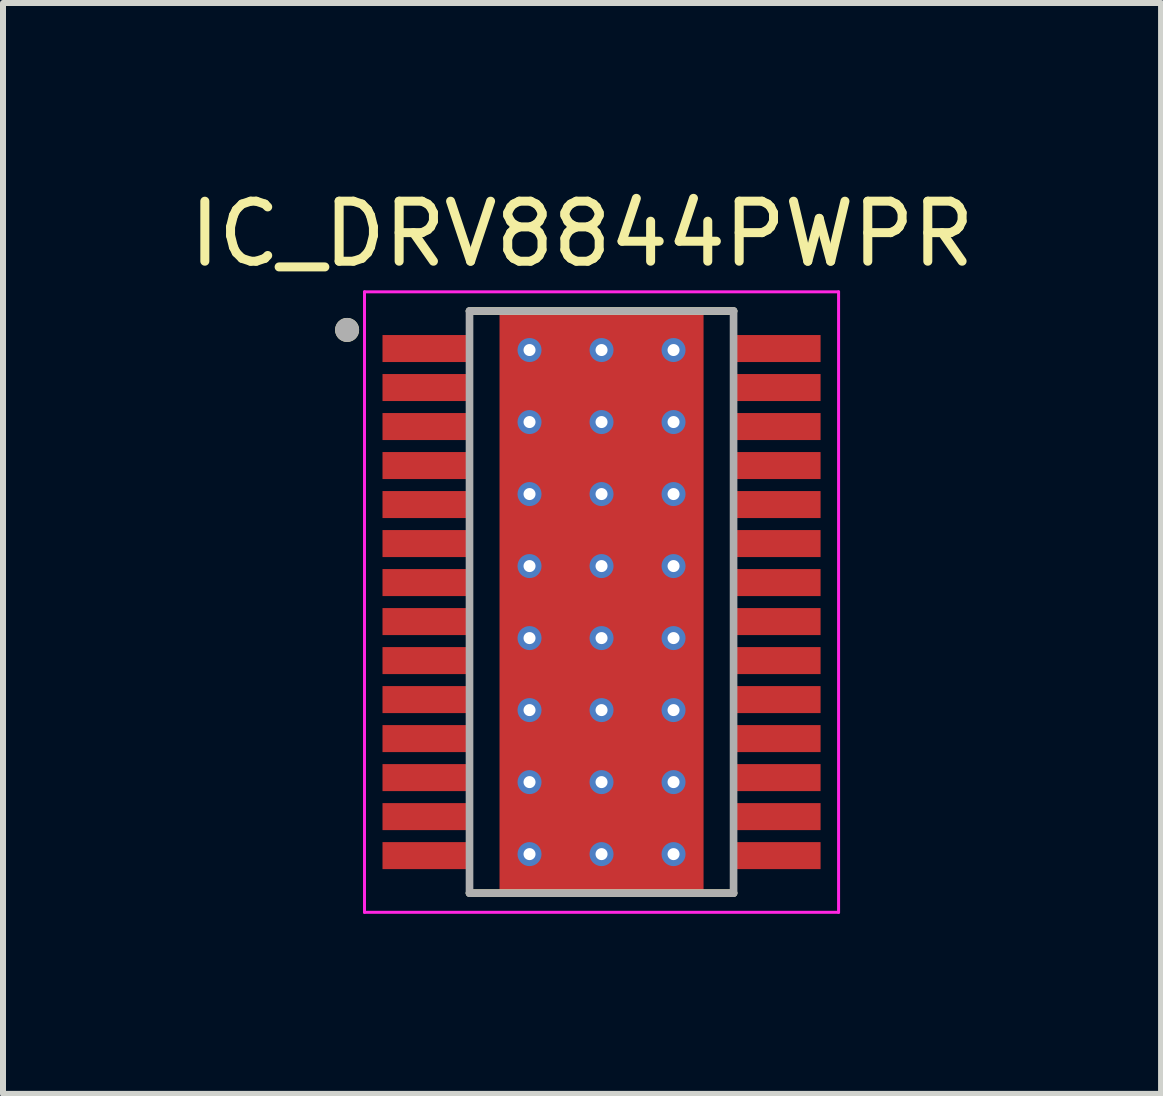
<source format=kicad_pcb>
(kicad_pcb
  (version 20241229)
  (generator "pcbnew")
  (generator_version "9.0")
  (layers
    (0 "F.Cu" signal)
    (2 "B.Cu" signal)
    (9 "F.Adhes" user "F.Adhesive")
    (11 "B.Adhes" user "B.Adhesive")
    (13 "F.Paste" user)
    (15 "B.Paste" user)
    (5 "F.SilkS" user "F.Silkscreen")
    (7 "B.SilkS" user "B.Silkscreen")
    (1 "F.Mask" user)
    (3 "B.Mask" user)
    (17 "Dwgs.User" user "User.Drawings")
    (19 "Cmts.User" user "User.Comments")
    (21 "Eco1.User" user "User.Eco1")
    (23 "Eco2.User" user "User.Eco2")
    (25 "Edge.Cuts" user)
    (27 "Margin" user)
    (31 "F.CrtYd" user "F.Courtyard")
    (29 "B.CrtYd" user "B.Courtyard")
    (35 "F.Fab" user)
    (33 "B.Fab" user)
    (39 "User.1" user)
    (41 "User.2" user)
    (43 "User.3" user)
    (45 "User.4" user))
  (footprint "IC_DRV8844PWPR"
    (layer "F.Cu")
    (at 6.974 6.983)
    (property "Reference" "IC_DRV8844PWPR" (at -0.325 -6.135 0) (layer "F.SilkS") (effects (font (size 1 1) (thickness 0.15))))
    (attr through_hole)
    (fp_poly (pts (xy -3.7 -4.5) (xy -2.1 -4.5) (xy -2.1 -3.95) (xy -3.7 -3.95)) (stroke (width 0.01) (type solid)) (fill yes) (layer "F.Mask"))
    (fp_poly (pts (xy -3.7 -3.85) (xy -2.1 -3.85) (xy -2.1 -3.3) (xy -3.7 -3.3)) (stroke (width 0.01) (type solid)) (fill yes) (layer "F.Mask"))
    (fp_poly (pts (xy -3.7 -3.2) (xy -2.1 -3.2) (xy -2.1 -2.65) (xy -3.7 -2.65)) (stroke (width 0.01) (type solid)) (fill yes) (layer "F.Mask"))
    (fp_poly (pts (xy -3.7 -2.55) (xy -2.1 -2.55) (xy -2.1 -2) (xy -3.7 -2)) (stroke (width 0.01) (type solid)) (fill yes) (layer "F.Mask"))
    (fp_poly (pts (xy -3.7 -1.9) (xy -2.1 -1.9) (xy -2.1 -1.35) (xy -3.7 -1.35)) (stroke (width 0.01) (type solid)) (fill yes) (layer "F.Mask"))
    (fp_poly (pts (xy -3.7 -1.25) (xy -2.1 -1.25) (xy -2.1 -0.7) (xy -3.7 -0.7)) (stroke (width 0.01) (type solid)) (fill yes) (layer "F.Mask"))
    (fp_poly (pts (xy -3.7 -0.6) (xy -2.1 -0.6) (xy -2.1 -0.05) (xy -3.7 -0.05)) (stroke (width 0.01) (type solid)) (fill yes) (layer "F.Mask"))
    (fp_poly (pts (xy -3.7 0.05) (xy -2.1 0.05) (xy -2.1 0.6) (xy -3.7 0.6)) (stroke (width 0.01) (type solid)) (fill yes) (layer "F.Mask"))
    (fp_poly (pts (xy -3.7 0.7) (xy -2.1 0.7) (xy -2.1 1.25) (xy -3.7 1.25)) (stroke (width 0.01) (type solid)) (fill yes) (layer "F.Mask"))
    (fp_poly (pts (xy -3.7 1.35) (xy -2.1 1.35) (xy -2.1 1.9) (xy -3.7 1.9)) (stroke (width 0.01) (type solid)) (fill yes) (layer "F.Mask"))
    (fp_poly (pts (xy -3.7 2) (xy -2.1 2) (xy -2.1 2.55) (xy -3.7 2.55)) (stroke (width 0.01) (type solid)) (fill yes) (layer "F.Mask"))
    (fp_poly (pts (xy -3.7 2.65) (xy -2.1 2.65) (xy -2.1 3.2) (xy -3.7 3.2)) (stroke (width 0.01) (type solid)) (fill yes) (layer "F.Mask"))
    (fp_poly (pts (xy -3.7 3.3) (xy -2.1 3.3) (xy -2.1 3.85) (xy -3.7 3.85)) (stroke (width 0.01) (type solid)) (fill yes) (layer "F.Mask"))
    (fp_poly (pts (xy -3.7 3.95) (xy -2.1 3.95) (xy -2.1 4.5) (xy -3.7 4.5)) (stroke (width 0.01) (type solid)) (fill yes) (layer "F.Mask"))
    (fp_poly (pts (xy -1.55 -2.59) (xy 1.55 -2.59) (xy 1.55 2.59) (xy -1.55 2.59)) (stroke (width 0.01) (type solid)) (fill yes) (layer "F.Mask"))
    (fp_poly (pts (xy 2.1 -4.5) (xy 3.7 -4.5) (xy 3.7 -3.95) (xy 2.1 -3.95)) (stroke (width 0.01) (type solid)) (fill yes) (layer "F.Mask"))
    (fp_poly (pts (xy 2.1 -3.85) (xy 3.7 -3.85) (xy 3.7 -3.3) (xy 2.1 -3.3)) (stroke (width 0.01) (type solid)) (fill yes) (layer "F.Mask"))
    (fp_poly (pts (xy 2.1 -3.2) (xy 3.7 -3.2) (xy 3.7 -2.65) (xy 2.1 -2.65)) (stroke (width 0.01) (type solid)) (fill yes) (layer "F.Mask"))
    (fp_poly (pts (xy 2.1 -2.55) (xy 3.7 -2.55) (xy 3.7 -2) (xy 2.1 -2)) (stroke (width 0.01) (type solid)) (fill yes) (layer "F.Mask"))
    (fp_poly (pts (xy 2.1 -1.9) (xy 3.7 -1.9) (xy 3.7 -1.35) (xy 2.1 -1.35)) (stroke (width 0.01) (type solid)) (fill yes) (layer "F.Mask"))
    (fp_poly (pts (xy 2.1 -1.25) (xy 3.7 -1.25) (xy 3.7 -0.7) (xy 2.1 -0.7)) (stroke (width 0.01) (type solid)) (fill yes) (layer "F.Mask"))
    (fp_poly (pts (xy 2.1 -0.6) (xy 3.7 -0.6) (xy 3.7 -0.05) (xy 2.1 -0.05)) (stroke (width 0.01) (type solid)) (fill yes) (layer "F.Mask"))
    (fp_poly (pts (xy 2.1 0.05) (xy 3.7 0.05) (xy 3.7 0.6) (xy 2.1 0.6)) (stroke (width 0.01) (type solid)) (fill yes) (layer "F.Mask"))
    (fp_poly (pts (xy 2.1 0.7) (xy 3.7 0.7) (xy 3.7 1.25) (xy 2.1 1.25)) (stroke (width 0.01) (type solid)) (fill yes) (layer "F.Mask"))
    (fp_poly (pts (xy 2.1 1.35) (xy 3.7 1.35) (xy 3.7 1.9) (xy 2.1 1.9)) (stroke (width 0.01) (type solid)) (fill yes) (layer "F.Mask"))
    (fp_poly (pts (xy 2.1 2) (xy 3.7 2) (xy 3.7 2.55) (xy 2.1 2.55)) (stroke (width 0.01) (type solid)) (fill yes) (layer "F.Mask"))
    (fp_poly (pts (xy 2.1 2.65) (xy 3.7 2.65) (xy 3.7 3.2) (xy 2.1 3.2)) (stroke (width 0.01) (type solid)) (fill yes) (layer "F.Mask"))
    (fp_poly (pts (xy 2.1 3.3) (xy 3.7 3.3) (xy 3.7 3.85) (xy 2.1 3.85)) (stroke (width 0.01) (type solid)) (fill yes) (layer "F.Mask"))
    (fp_poly (pts (xy 2.1 3.95) (xy 3.7 3.95) (xy 3.7 4.5) (xy 2.1 4.5)) (stroke (width 0.01) (type solid)) (fill yes) (layer "F.Mask"))
    (fp_line (start -2.2 -4.85) (end 2.2 -4.85) (stroke (width 0.127) (type solid)) (layer "F.SilkS"))
    (fp_line (start -2.2 4.85) (end 2.2 4.85) (stroke (width 0.127) (type solid)) (layer "F.SilkS"))
    (fp_circle (center -4.24 -4.535) (end -4.14 -4.535) (stroke (width 0.2) (type solid)) (fill no) (layer "F.SilkS"))
    (fp_poly (pts (xy -1.55 -2.59) (xy 1.55 -2.59) (xy 1.55 2.59) (xy -1.55 2.59)) (stroke (width 0.01) (type solid)) (fill yes) (layer "F.Paste"))
    (fp_line (start -3.95 -5.17) (end -3.95 5.17) (stroke (width 0.05) (type solid)) (layer "F.CrtYd"))
    (fp_line (start -3.95 -5.17) (end 3.95 -5.17) (stroke (width 0.05) (type solid)) (layer "F.CrtYd"))
    (fp_line (start -3.95 5.17) (end 3.95 5.17) (stroke (width 0.05) (type solid)) (layer "F.CrtYd"))
    (fp_line (start 3.95 -5.17) (end 3.95 5.17) (stroke (width 0.05) (type solid)) (layer "F.CrtYd"))
    (fp_line (start -2.2 -4.85) (end -2.2 4.85) (stroke (width 0.127) (type solid)) (layer "F.Fab"))
    (fp_line (start -2.2 -4.85) (end 2.2 -4.85) (stroke (width 0.127) (type solid)) (layer "F.Fab"))
    (fp_line (start -2.2 4.85) (end 2.2 4.85) (stroke (width 0.127) (type solid)) (layer "F.Fab"))
    (fp_line (start 2.2 -4.85) (end 2.2 4.85) (stroke (width 0.127) (type solid)) (layer "F.Fab"))
    (fp_circle (center -4.24 -4.535) (end -4.14 -4.535) (stroke (width 0.2) (type solid)) (fill no) (layer "F.Fab"))
    (pad "1" smd rect (at -2.9 -4.225) (size 1.5 0.45) (layers "F.Cu" "F.Paste"))
    (pad "2" smd rect (at -2.9 -3.575) (size 1.5 0.45) (layers "F.Cu" "F.Paste"))
    (pad "3" smd rect (at -2.9 -2.925) (size 1.5 0.45) (layers "F.Cu" "F.Paste"))
    (pad "4" smd rect (at -2.9 -2.275) (size 1.5 0.45) (layers "F.Cu" "F.Paste"))
    (pad "5" smd rect (at -2.9 -1.625) (size 1.5 0.45) (layers "F.Cu" "F.Paste"))
    (pad "6" smd rect (at -2.9 -0.975) (size 1.5 0.45) (layers "F.Cu" "F.Paste"))
    (pad "7" smd rect (at -2.9 -0.325) (size 1.5 0.45) (layers "F.Cu" "F.Paste"))
    (pad "8" smd rect (at -2.9 0.325) (size 1.5 0.45) (layers "F.Cu" "F.Paste"))
    (pad "9" smd rect (at -2.9 0.975) (size 1.5 0.45) (layers "F.Cu" "F.Paste"))
    (pad "10" smd rect (at -2.9 1.625) (size 1.5 0.45) (layers "F.Cu" "F.Paste"))
    (pad "11" smd rect (at -2.9 2.275) (size 1.5 0.45) (layers "F.Cu" "F.Paste"))
    (pad "12" smd rect (at -2.9 2.925) (size 1.5 0.45) (layers "F.Cu" "F.Paste"))
    (pad "13" smd rect (at -2.9 3.575) (size 1.5 0.45) (layers "F.Cu" "F.Paste"))
    (pad "14" smd rect (at -2.9 4.225) (size 1.5 0.45) (layers "F.Cu" "F.Paste"))
    (pad "15" smd rect (at 2.9 4.225) (size 1.5 0.45) (layers "F.Cu" "F.Paste"))
    (pad "16" smd rect (at 2.9 3.575) (size 1.5 0.45) (layers "F.Cu" "F.Paste"))
    (pad "17" smd rect (at 2.9 2.925) (size 1.5 0.45) (layers "F.Cu" "F.Paste"))
    (pad "18" smd rect (at 2.9 2.275) (size 1.5 0.45) (layers "F.Cu" "F.Paste"))
    (pad "19" smd rect (at 2.9 1.625) (size 1.5 0.45) (layers "F.Cu" "F.Paste"))
    (pad "20" smd rect (at 2.9 0.975) (size 1.5 0.45) (layers "F.Cu" "F.Paste"))
    (pad "21" smd rect (at 2.9 0.325) (size 1.5 0.45) (layers "F.Cu" "F.Paste"))
    (pad "22" smd rect (at 2.9 -0.325) (size 1.5 0.45) (layers "F.Cu" "F.Paste"))
    (pad "23" smd rect (at 2.9 -0.975) (size 1.5 0.45) (layers "F.Cu" "F.Paste"))
    (pad "24" smd rect (at 2.9 -1.625) (size 1.5 0.45) (layers "F.Cu" "F.Paste"))
    (pad "25" smd rect (at 2.9 -2.275) (size 1.5 0.45) (layers "F.Cu" "F.Paste"))
    (pad "26" smd rect (at 2.9 -2.925) (size 1.5 0.45) (layers "F.Cu" "F.Paste"))
    (pad "27" smd rect (at 2.9 -3.575) (size 1.5 0.45) (layers "F.Cu" "F.Paste"))
    (pad "28" smd rect (at 2.9 -4.225) (size 1.5 0.45) (layers "F.Cu" "F.Paste"))
    (pad "29" smd rect (at 0 0) (size 3.4 9.7) (layers "F.Cu"))
    (pad "30" thru_hole circle (at -1.2 -4.2) (size 0.4 0.4) (drill 0.2) (layers "*.Cu"))
    (pad "31" thru_hole circle (at 0 -4.2) (size 0.4 0.4) (drill 0.2) (layers "*.Cu"))
    (pad "32" thru_hole circle (at 1.2 -4.2) (size 0.4 0.4) (drill 0.2) (layers "*.Cu"))
    (pad "33" thru_hole circle (at -1.2 -3) (size 0.4 0.4) (drill 0.2) (layers "*.Cu"))
    (pad "34" thru_hole circle (at 0 -3) (size 0.4 0.4) (drill 0.2) (layers "*.Cu"))
    (pad "35" thru_hole circle (at 1.2 -3) (size 0.4 0.4) (drill 0.2) (layers "*.Cu"))
    (pad "36" thru_hole circle (at -1.2 -1.8) (size 0.4 0.4) (drill 0.2) (layers "*.Cu"))
    (pad "37" thru_hole circle (at 0 -1.8) (size 0.4 0.4) (drill 0.2) (layers "*.Cu"))
    (pad "38" thru_hole circle (at 1.2 -1.8) (size 0.4 0.4) (drill 0.2) (layers "*.Cu"))
    (pad "39" thru_hole circle (at -1.2 -0.6) (size 0.4 0.4) (drill 0.2) (layers "*.Cu"))
    (pad "40" thru_hole circle (at 0 -0.6) (size 0.4 0.4) (drill 0.2) (layers "*.Cu"))
    (pad "41" thru_hole circle (at 1.2 -0.6) (size 0.4 0.4) (drill 0.2) (layers "*.Cu"))
    (pad "42" thru_hole circle (at -1.2 0.6) (size 0.4 0.4) (drill 0.2) (layers "*.Cu"))
    (pad "43" thru_hole circle (at 0 0.6) (size 0.4 0.4) (drill 0.2) (layers "*.Cu"))
    (pad "44" thru_hole circle (at 1.2 0.6) (size 0.4 0.4) (drill 0.2) (layers "*.Cu"))
    (pad "45" thru_hole circle (at -1.2 1.8) (size 0.4 0.4) (drill 0.2) (layers "*.Cu"))
    (pad "46" thru_hole circle (at 0 1.8) (size 0.4 0.4) (drill 0.2) (layers "*.Cu"))
    (pad "47" thru_hole circle (at 1.2 1.8) (size 0.4 0.4) (drill 0.2) (layers "*.Cu"))
    (pad "48" thru_hole circle (at -1.2 3) (size 0.4 0.4) (drill 0.2) (layers "*.Cu"))
    (pad "49" thru_hole circle (at 0 3) (size 0.4 0.4) (drill 0.2) (layers "*.Cu"))
    (pad "50" thru_hole circle (at 1.2 3) (size 0.4 0.4) (drill 0.2) (layers "*.Cu"))
    (pad "51" thru_hole circle (at -1.2 4.2) (size 0.4 0.4) (drill 0.2) (layers "*.Cu"))
    (pad "52" thru_hole circle (at 0 4.2) (size 0.4 0.4) (drill 0.2) (layers "*.Cu"))
    (pad "53" thru_hole circle (at 1.2 4.2) (size 0.4 0.4) (drill 0.2) (layers "*.Cu")))
  (gr_rect
    (start -3 -3)
    (end 16.298 15.178)
    (stroke (width 0.1) (type default))
    (fill no)
    (layer "Edge.Cuts")))
</source>
